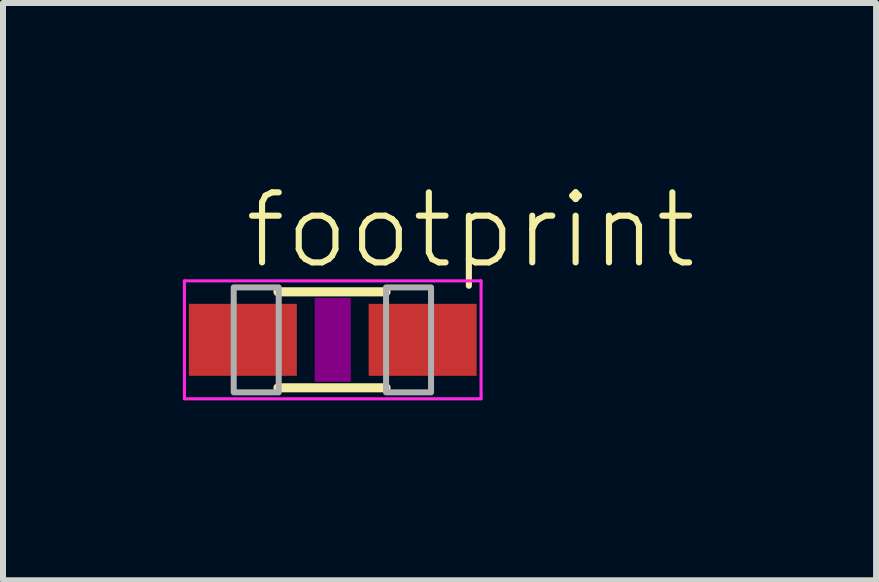
<source format=kicad_pcb>
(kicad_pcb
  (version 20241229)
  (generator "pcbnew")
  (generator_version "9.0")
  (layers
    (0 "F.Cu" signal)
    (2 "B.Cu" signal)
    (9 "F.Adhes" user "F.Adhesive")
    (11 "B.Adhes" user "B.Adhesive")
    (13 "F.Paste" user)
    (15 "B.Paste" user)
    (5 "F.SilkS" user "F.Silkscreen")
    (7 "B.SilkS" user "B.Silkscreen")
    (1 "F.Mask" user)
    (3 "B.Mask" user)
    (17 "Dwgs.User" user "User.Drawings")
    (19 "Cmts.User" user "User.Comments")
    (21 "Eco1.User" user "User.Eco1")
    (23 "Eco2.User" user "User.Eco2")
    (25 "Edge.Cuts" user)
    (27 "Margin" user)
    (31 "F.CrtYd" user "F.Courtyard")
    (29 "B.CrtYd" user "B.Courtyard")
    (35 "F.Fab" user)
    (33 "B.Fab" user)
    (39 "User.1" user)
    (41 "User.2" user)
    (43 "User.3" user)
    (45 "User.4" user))
  (footprint "footprint"
    (layer "F.Cu")
    (at 2.498 2.616)
    (property "Reference" "footprint" (at -1.524 -1.143 0) (layer "F.SilkS") (effects (font (size 1.168 1.168) (thickness 0.102)) (justify left bottom)))
    (fp_line (start -0.913 -0.8) (end 0.888 -0.8) (stroke (width 0.152) (type solid)) (layer "F.SilkS"))
    (fp_line (start -0.913 0.8) (end 0.888 0.8) (stroke (width 0.152) (type solid)) (layer "F.SilkS"))
    (fp_poly (pts (xy -0.3 0.7) (xy 0.3 0.7) (xy 0.3 -0.7) (xy -0.3 -0.7)) (stroke (width 0) (type solid)) (fill yes) (layer "F.Adhes"))
    (fp_line (start -2.473 -0.983) (end 2.473 -0.983) (stroke (width 0.051) (type solid)) (layer "F.CrtYd"))
    (fp_line (start -2.473 0.983) (end -2.473 -0.983) (stroke (width 0.051) (type solid)) (layer "F.CrtYd"))
    (fp_line (start 2.473 -0.983) (end 2.473 0.983) (stroke (width 0.051) (type solid)) (layer "F.CrtYd"))
    (fp_line (start 2.473 0.983) (end -2.473 0.983) (stroke (width 0.051) (type solid)) (layer "F.CrtYd"))
    (fp_poly (pts (xy -1.651 0.876) (xy -0.901 0.876) (xy -0.901 -0.874) (xy -1.651 -0.874)) (stroke (width 0.1) (type solid)) (fill no) (layer "F.Fab"))
    (fp_poly (pts (xy 0.889 0.876) (xy 1.639 0.876) (xy 1.639 -0.874) (xy 0.889 -0.874)) (stroke (width 0.1) (type solid)) (fill no) (layer "F.Fab"))
    (pad "1" smd rect (at -1.499 0) (size 1.8 1.2) (layers "F.Cu" "F.Mask" "F.Paste"))
    (pad "2" smd rect (at 1.499 0) (size 1.8 1.2) (layers "F.Cu" "F.Mask" "F.Paste")))
  (gr_rect
    (start -3 -3)
    (end 11.557 6.625)
    (stroke (width 0.1) (type default))
    (fill no)
    (layer "Edge.Cuts")))
</source>
